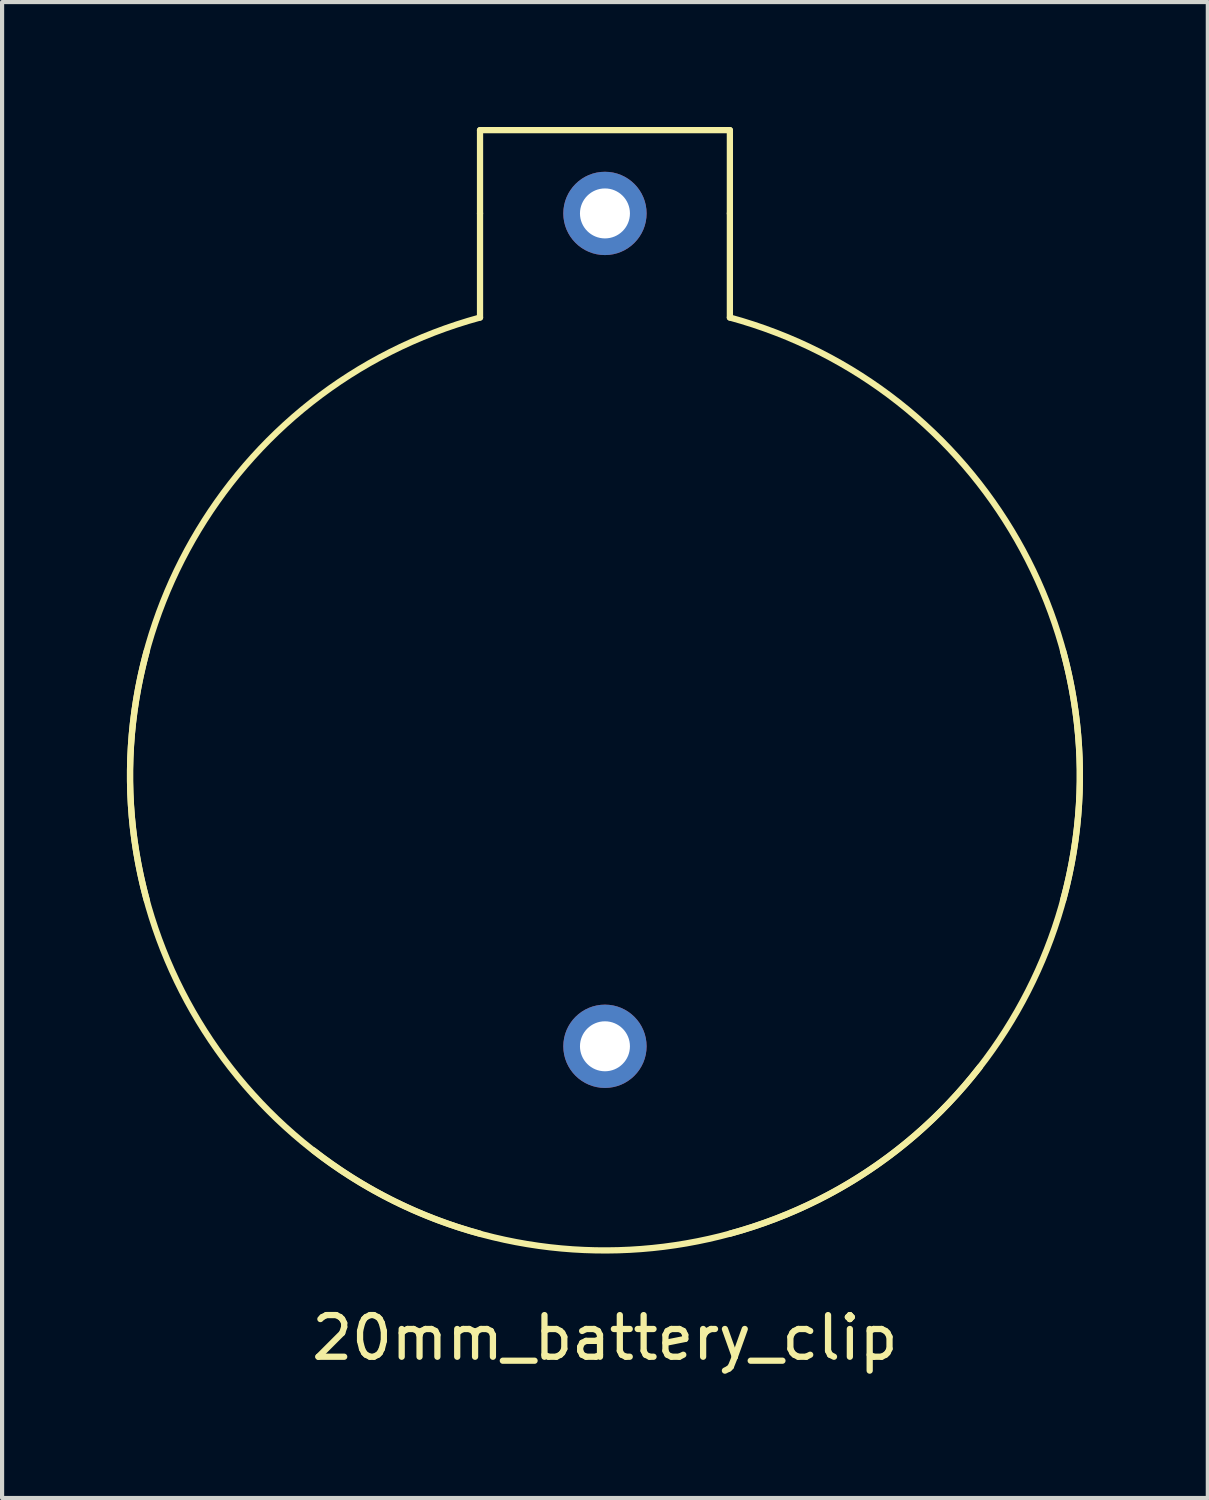
<source format=kicad_pcb>
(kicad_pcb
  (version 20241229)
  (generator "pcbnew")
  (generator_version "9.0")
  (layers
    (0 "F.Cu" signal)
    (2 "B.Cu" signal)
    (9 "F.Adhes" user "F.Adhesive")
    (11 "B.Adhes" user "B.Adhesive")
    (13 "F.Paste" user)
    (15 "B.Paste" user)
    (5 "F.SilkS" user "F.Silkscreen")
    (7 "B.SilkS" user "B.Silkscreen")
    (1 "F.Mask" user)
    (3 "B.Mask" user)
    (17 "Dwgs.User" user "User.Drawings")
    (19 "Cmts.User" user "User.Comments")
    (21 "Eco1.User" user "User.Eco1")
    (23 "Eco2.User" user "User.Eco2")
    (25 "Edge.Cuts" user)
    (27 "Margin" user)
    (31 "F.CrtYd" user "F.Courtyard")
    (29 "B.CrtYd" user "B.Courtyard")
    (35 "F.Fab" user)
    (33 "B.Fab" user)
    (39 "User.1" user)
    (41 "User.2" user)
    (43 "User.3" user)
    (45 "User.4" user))
  (footprint "20mm_battery_clip"
    (layer "F.Cu")
    (at 11.477 2.075)
    (property "Reference" "20mm_battery_clip" (at 0 27 0) (layer "F.SilkS") (effects (font (size 1 1) (thickness 0.15))))
    (attr through_hole)
    (fp_line (start -3 -2) (end 3 -2) (stroke (width 0.15) (type solid)) (layer "F.SilkS"))
    (fp_line (start -3 0) (end -3 -2) (stroke (width 0.15) (type solid)) (layer "F.SilkS"))
    (fp_line (start -3 0) (end -3 2.5) (stroke (width 0.15) (type solid)) (layer "F.SilkS"))
    (fp_line (start 3 -2) (end 3 0) (stroke (width 0.15) (type solid)) (layer "F.SilkS"))
    (fp_line (start 3 0) (end 3 2.5) (stroke (width 0.15) (type solid)) (layer "F.SilkS"))
    (fp_arc (start -11 16.5) (mid -9.899495 7.843146) (end -3 2.5) (stroke (width 0.15) (type solid)) (layer "F.SilkS"))
    (fp_arc (start -3 24.5) (mid -9.899495 19.156854) (end -11 10.5) (stroke (width 0.15) (type solid)) (layer "F.SilkS"))
    (fp_arc (start 3 2.5) (mid 9.899495 7.843146) (end 11 16.5) (stroke (width 0.15) (type solid)) (layer "F.SilkS"))
    (fp_arc (start 9 20.5) (mid 1.414214 24.813708) (end -7 22.5) (stroke (width 0.15) (type solid)) (layer "F.SilkS"))
    (fp_arc (start 11 10.5) (mid 9.899495 19.156854) (end 3 24.5) (stroke (width 0.15) (type solid)) (layer "F.SilkS"))
    (pad "1" thru_hole circle (at 0 0) (size 2 2) (drill 1.2) (layers "*.Cu" "*.Mask"))
    (pad "2" thru_hole circle (at 0 20) (size 2 2) (drill 1.2) (layers "*.Cu" "*.Mask")))
  (gr_rect
    (start -3 -3)
    (end 25.954 32.923)
    (stroke (width 0.1) (type default))
    (fill no)
    (layer "Edge.Cuts")))
</source>
